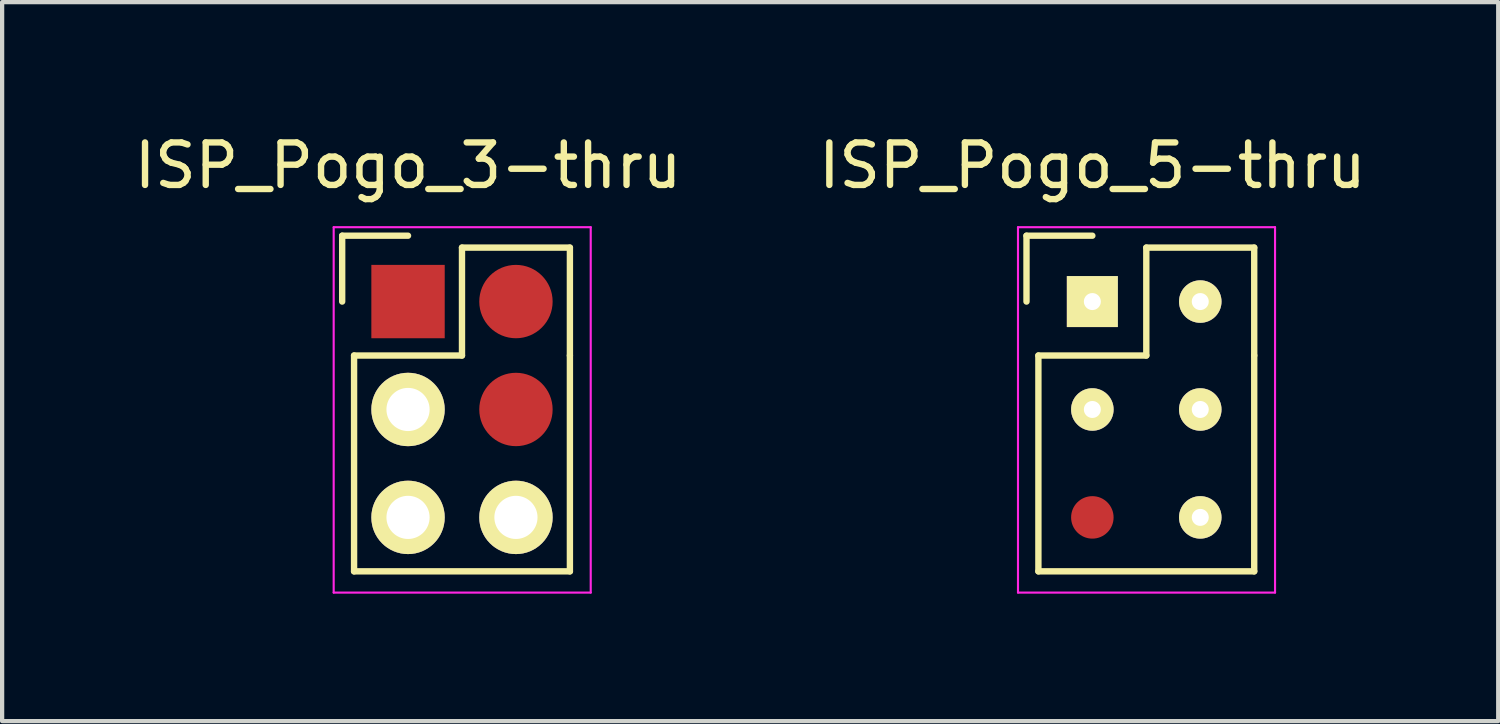
<source format=kicad_pcb>
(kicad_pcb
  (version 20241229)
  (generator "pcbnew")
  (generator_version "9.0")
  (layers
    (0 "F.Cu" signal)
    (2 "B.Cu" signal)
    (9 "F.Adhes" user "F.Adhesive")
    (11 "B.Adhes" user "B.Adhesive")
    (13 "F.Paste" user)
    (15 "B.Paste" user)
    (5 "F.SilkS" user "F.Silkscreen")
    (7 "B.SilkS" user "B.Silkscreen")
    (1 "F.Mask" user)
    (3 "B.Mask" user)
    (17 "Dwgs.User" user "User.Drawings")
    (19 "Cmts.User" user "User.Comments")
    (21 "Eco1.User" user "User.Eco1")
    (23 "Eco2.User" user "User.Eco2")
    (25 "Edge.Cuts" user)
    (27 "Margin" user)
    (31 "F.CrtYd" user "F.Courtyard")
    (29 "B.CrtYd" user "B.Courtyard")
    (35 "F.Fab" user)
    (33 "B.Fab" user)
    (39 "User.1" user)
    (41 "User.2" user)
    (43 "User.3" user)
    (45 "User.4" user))
  (footprint "ISP_Pogo_3-thru"
    (layer "F.Cu")
    (at 6.554 4.048)
    (property "Reference" "ISP_Pogo_3-thru" (at 0 -3.2 0) (layer "F.SilkS") (effects (font (size 1 1) (thickness 0.15))))
    (attr through_hole)
    (fp_line (start -1.55 -1.55) (end -1.55 0) (stroke (width 0.15) (type solid)) (layer "F.SilkS"))
    (fp_line (start -1.55 -1.55) (end 0 -1.55) (stroke (width 0.15) (type solid)) (layer "F.SilkS"))
    (fp_line (start -1.27 1.27) (end -1.27 6.35) (stroke (width 0.15) (type solid)) (layer "F.SilkS"))
    (fp_line (start -1.27 6.35) (end 3.81 6.35) (stroke (width 0.15) (type solid)) (layer "F.SilkS"))
    (fp_line (start 1.27 -1.27) (end 1.27 1.27) (stroke (width 0.15) (type solid)) (layer "F.SilkS"))
    (fp_line (start 1.27 1.27) (end -1.27 1.27) (stroke (width 0.15) (type solid)) (layer "F.SilkS"))
    (fp_line (start 3.81 -1.27) (end 1.27 -1.27) (stroke (width 0.15) (type solid)) (layer "F.SilkS"))
    (fp_line (start 3.81 1.27) (end 3.81 -1.27) (stroke (width 0.15) (type solid)) (layer "F.SilkS"))
    (fp_line (start 3.81 6.35) (end 3.81 1.27) (stroke (width 0.15) (type solid)) (layer "F.SilkS"))
    (fp_line (start -1.75 -1.75) (end -1.75 6.85) (stroke (width 0.05) (type solid)) (layer "F.CrtYd"))
    (fp_line (start -1.75 -1.75) (end 4.3 -1.75) (stroke (width 0.05) (type solid)) (layer "F.CrtYd"))
    (fp_line (start -1.75 6.85) (end 4.3 6.85) (stroke (width 0.05) (type solid)) (layer "F.CrtYd"))
    (fp_line (start 4.3 -1.75) (end 4.3 6.85) (stroke (width 0.05) (type solid)) (layer "F.CrtYd"))
    (pad "1" smd rect (at 0 0) (size 1.727 1.727) (layers "F.Cu" "F.Mask" "F.Paste"))
    (pad "2" smd oval (at 2.54 0) (size 1.727 1.727) (layers "F.Cu" "F.Mask" "F.Paste"))
    (pad "3" thru_hole oval (at 0 2.54) (size 1.727 1.727) (drill 1.016) (layers "*.Cu" "*.Mask" "F.SilkS"))
    (pad "4" smd oval (at 2.54 2.54) (size 1.727 1.727) (layers "F.Cu" "F.Mask" "F.Paste"))
    (pad "5" thru_hole oval (at 0 5.08) (size 1.727 1.727) (drill 1.016) (layers "*.Cu" "*.Mask" "F.SilkS"))
    (pad "6" thru_hole oval (at 2.54 5.08) (size 1.727 1.727) (drill 1.016) (layers "*.Cu" "*.Mask" "F.SilkS")))
  (footprint "ISP_Pogo_5-thru"
    (layer "F.Cu")
    (at 22.661 4.048)
    (property "Reference" "ISP_Pogo_5-thru" (at 0 -3.2 0) (layer "F.SilkS") (effects (font (size 1 1) (thickness 0.15))))
    (attr through_hole)
    (fp_line (start -1.55 -1.55) (end -1.55 0) (stroke (width 0.15) (type solid)) (layer "F.SilkS"))
    (fp_line (start -1.55 -1.55) (end 0 -1.55) (stroke (width 0.15) (type solid)) (layer "F.SilkS"))
    (fp_line (start -1.27 1.27) (end -1.27 6.35) (stroke (width 0.15) (type solid)) (layer "F.SilkS"))
    (fp_line (start -1.27 6.35) (end 3.81 6.35) (stroke (width 0.15) (type solid)) (layer "F.SilkS"))
    (fp_line (start 1.27 -1.27) (end 1.27 1.27) (stroke (width 0.15) (type solid)) (layer "F.SilkS"))
    (fp_line (start 1.27 1.27) (end -1.27 1.27) (stroke (width 0.15) (type solid)) (layer "F.SilkS"))
    (fp_line (start 3.81 -1.27) (end 1.27 -1.27) (stroke (width 0.15) (type solid)) (layer "F.SilkS"))
    (fp_line (start 3.81 1.27) (end 3.81 -1.27) (stroke (width 0.15) (type solid)) (layer "F.SilkS"))
    (fp_line (start 3.81 6.35) (end 3.81 1.27) (stroke (width 0.15) (type solid)) (layer "F.SilkS"))
    (fp_line (start -1.75 -1.75) (end -1.75 6.85) (stroke (width 0.05) (type solid)) (layer "F.CrtYd"))
    (fp_line (start -1.75 -1.75) (end 4.3 -1.75) (stroke (width 0.05) (type solid)) (layer "F.CrtYd"))
    (fp_line (start -1.75 6.85) (end 4.3 6.85) (stroke (width 0.05) (type solid)) (layer "F.CrtYd"))
    (fp_line (start 4.3 -1.75) (end 4.3 6.85) (stroke (width 0.05) (type solid)) (layer "F.CrtYd"))
    (pad "1" thru_hole rect (at 0 0) (size 1.2 1.2) (drill 0.4) (layers "*.Cu" "*.Mask" "F.SilkS"))
    (pad "2" thru_hole oval (at 2.54 0) (size 1 1) (drill 0.4) (layers "*.Cu" "*.Mask" "F.SilkS"))
    (pad "3" thru_hole oval (at 0 2.54) (size 1 1) (drill 0.4) (layers "*.Cu" "*.Mask" "F.SilkS"))
    (pad "4" thru_hole oval (at 2.54 2.54) (size 1 1) (drill 0.4) (layers "*.Cu" "*.Mask" "F.SilkS"))
    (pad "5" smd oval (at 0 5.08) (size 1 1) (layers "F.Cu" "F.Mask"))
    (pad "6" thru_hole oval (at 2.54 5.08) (size 1 1) (drill 0.4) (layers "*.Cu" "*.Mask" "F.SilkS")))
  (gr_rect
    (start -3 -3)
    (end 32.214 13.923)
    (stroke (width 0.1) (type default))
    (fill no)
    (layer "Edge.Cuts")))
</source>
